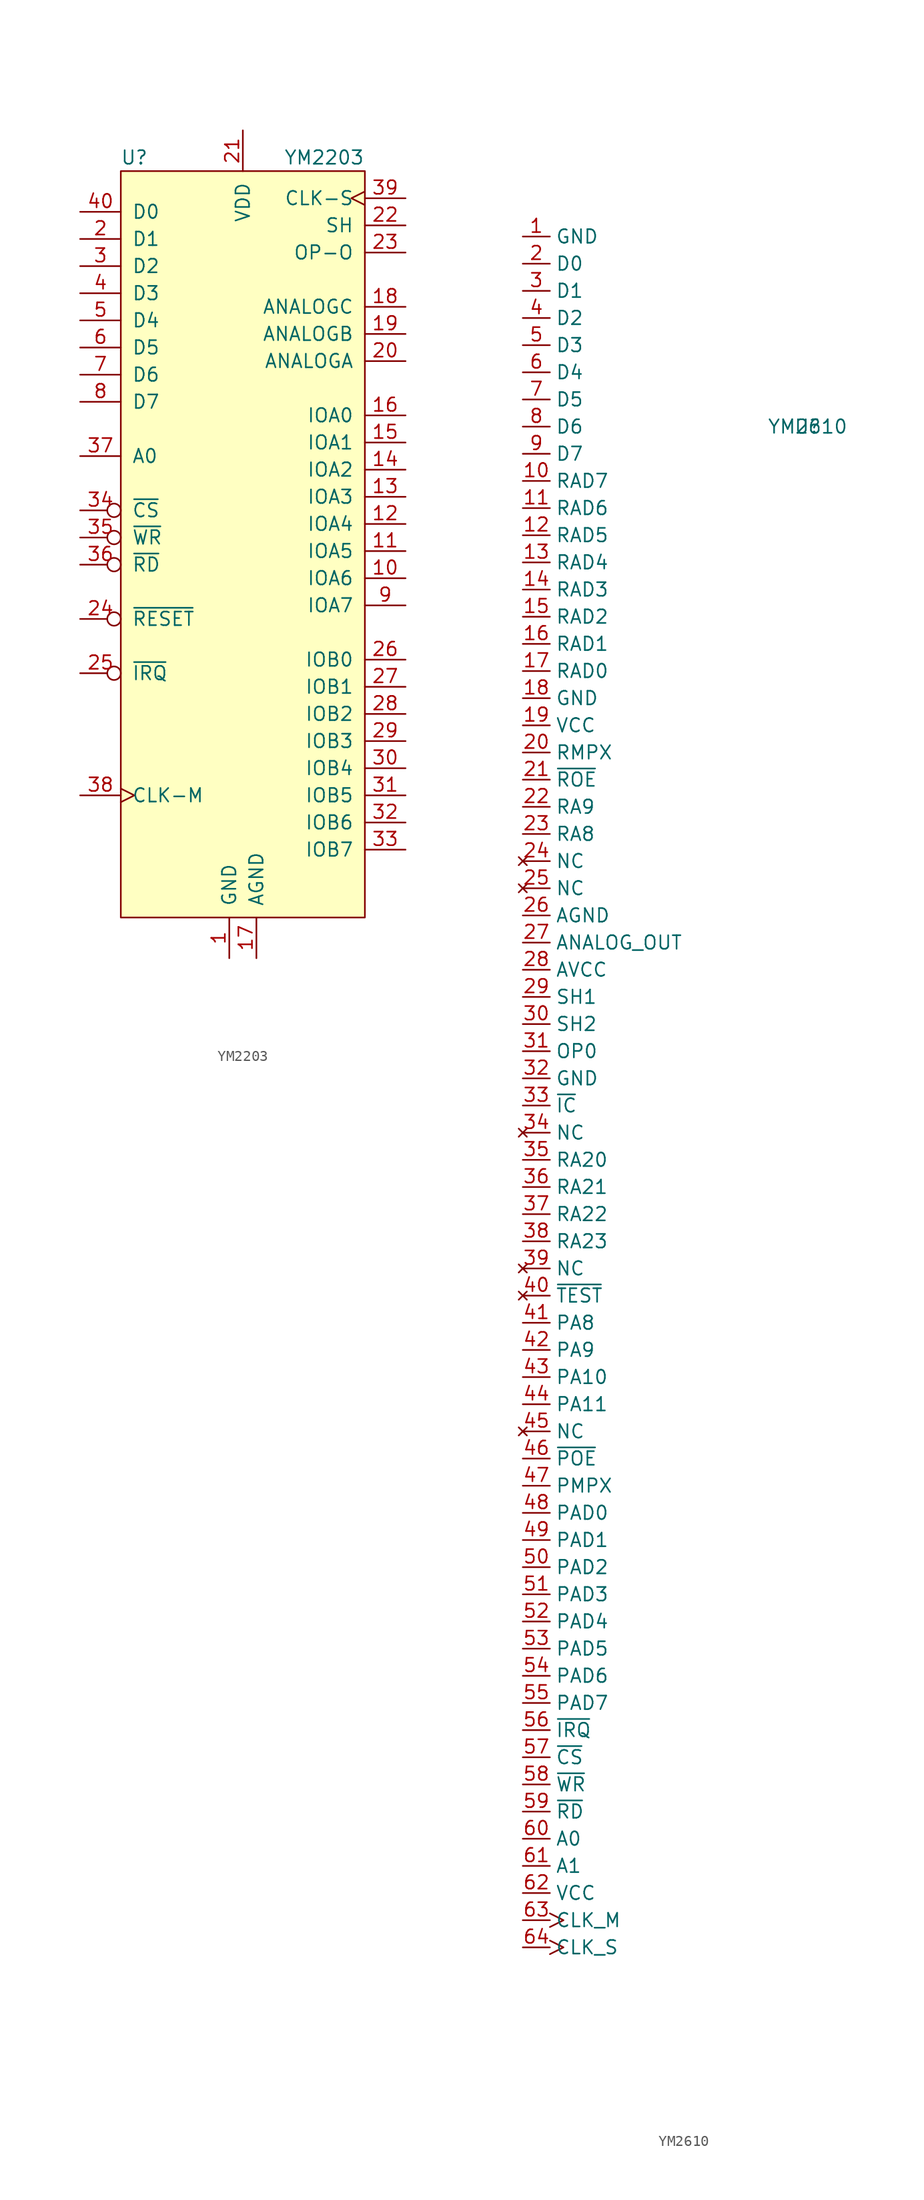
<source format=kicad_sym>
(kicad_symbol_lib
  (version 20220914)
  (generator kicad_symbol_editor)
  (symbol "YM2203"
    (pin_names
      (offset 1.016))
    (property "Reference" "U"
      (at -10.16 31.75 0)
      (effects (font (size 1.27 1.27))))
    (property "Value" "YM2203"
      (at 7.62 31.75 0)
      (effects (font (size 1.27 1.27))))
    (symbol "YM2203_0_1"
      (rectangle (start 11.43 30.48) (end -11.43 -39.37) (stroke (width 0) (type default)) (fill (type background))))
    (symbol "YM2203_1_1"
      (pin power_in line (at -1.27 -43.18 90) (length 3.81) (name "GND" (effects (font (size 1.27 1.27)))) (number "1" (effects (font (size 1.27 1.27)))))
      (pin bidirectional line (at 15.24 -7.62 180) (length 3.81) (name "IOA6" (effects (font (size 1.27 1.27)))) (number "10" (effects (font (size 1.27 1.27)))))
      (pin bidirectional line (at 15.24 -5.08 180) (length 3.81) (name "IOA5" (effects (font (size 1.27 1.27)))) (number "11" (effects (font (size 1.27 1.27)))))
      (pin bidirectional line (at 15.24 -2.54 180) (length 3.81) (name "IOA4" (effects (font (size 1.27 1.27)))) (number "12" (effects (font (size 1.27 1.27)))))
      (pin bidirectional line (at 15.24 0 180) (length 3.81) (name "IOA3" (effects (font (size 1.27 1.27)))) (number "13" (effects (font (size 1.27 1.27)))))
      (pin bidirectional line (at 15.24 2.54 180) (length 3.81) (name "IOA2" (effects (font (size 1.27 1.27)))) (number "14" (effects (font (size 1.27 1.27)))))
      (pin bidirectional line (at 15.24 5.08 180) (length 3.81) (name "IOA1" (effects (font (size 1.27 1.27)))) (number "15" (effects (font (size 1.27 1.27)))))
      (pin bidirectional line (at 15.24 7.62 180) (length 3.81) (name "IOA0" (effects (font (size 1.27 1.27)))) (number "16" (effects (font (size 1.27 1.27)))))
      (pin power_in line (at 1.27 -43.18 90) (length 3.81) (name "AGND" (effects (font (size 1.27 1.27)))) (number "17" (effects (font (size 1.27 1.27)))))
      (pin output line (at 15.24 17.78 180) (length 3.81) (name "ANALOGC" (effects (font (size 1.27 1.27)))) (number "18" (effects (font (size 1.27 1.27)))))
      (pin output line (at 15.24 15.24 180) (length 3.81) (name "ANALOGB" (effects (font (size 1.27 1.27)))) (number "19" (effects (font (size 1.27 1.27)))))
      (pin bidirectional line (at -15.24 24.13 0) (length 3.81) (name "D1" (effects (font (size 1.27 1.27)))) (number "2" (effects (font (size 1.27 1.27)))))
      (pin output line (at 15.24 12.7 180) (length 3.81) (name "ANALOGA" (effects (font (size 1.27 1.27)))) (number "20" (effects (font (size 1.27 1.27)))))
      (pin power_in line (at 0 34.29 270) (length 3.81) (name "VDD" (effects (font (size 1.27 1.27)))) (number "21" (effects (font (size 1.27 1.27)))))
      (pin output line (at 15.24 25.4 180) (length 3.81) (name "SH" (effects (font (size 1.27 1.27)))) (number "22" (effects (font (size 1.27 1.27)))))
      (pin output line (at 15.24 22.86 180) (length 3.81) (name "OP-O" (effects (font (size 1.27 1.27)))) (number "23" (effects (font (size 1.27 1.27)))))
      (pin input inverted (at -15.24 -11.43 0) (length 3.81) (name "~{RESET}" (effects (font (size 1.27 1.27)))) (number "24" (effects (font (size 1.27 1.27)))))
      (pin output inverted (at -15.24 -16.51 0) (length 3.81) (name "~{IRQ}" (effects (font (size 1.27 1.27)))) (number "25" (effects (font (size 1.27 1.27)))))
      (pin bidirectional line (at 15.24 -15.24 180) (length 3.81) (name "IOB0" (effects (font (size 1.27 1.27)))) (number "26" (effects (font (size 1.27 1.27)))))
      (pin bidirectional line (at 15.24 -17.78 180) (length 3.81) (name "IOB1" (effects (font (size 1.27 1.27)))) (number "27" (effects (font (size 1.27 1.27)))))
      (pin bidirectional line (at 15.24 -20.32 180) (length 3.81) (name "IOB2" (effects (font (size 1.27 1.27)))) (number "28" (effects (font (size 1.27 1.27)))))
      (pin bidirectional line (at 15.24 -22.86 180) (length 3.81) (name "IOB3" (effects (font (size 1.27 1.27)))) (number "29" (effects (font (size 1.27 1.27)))))
      (pin bidirectional line (at -15.24 21.59 0) (length 3.81) (name "D2" (effects (font (size 1.27 1.27)))) (number "3" (effects (font (size 1.27 1.27)))))
      (pin bidirectional line (at 15.24 -25.4 180) (length 3.81) (name "IOB4" (effects (font (size 1.27 1.27)))) (number "30" (effects (font (size 1.27 1.27)))))
      (pin bidirectional line (at 15.24 -27.94 180) (length 3.81) (name "IOB5" (effects (font (size 1.27 1.27)))) (number "31" (effects (font (size 1.27 1.27)))))
      (pin bidirectional line (at 15.24 -30.48 180) (length 3.81) (name "IOB6" (effects (font (size 1.27 1.27)))) (number "32" (effects (font (size 1.27 1.27)))))
      (pin bidirectional line (at 15.24 -33.02 180) (length 3.81) (name "IOB7" (effects (font (size 1.27 1.27)))) (number "33" (effects (font (size 1.27 1.27)))))
      (pin input inverted (at -15.24 -1.27 0) (length 3.81) (name "~{CS}" (effects (font (size 1.27 1.27)))) (number "34" (effects (font (size 1.27 1.27)))))
      (pin input inverted (at -15.24 -3.81 0) (length 3.81) (name "~{WR}" (effects (font (size 1.27 1.27)))) (number "35" (effects (font (size 1.27 1.27)))))
      (pin input inverted (at -15.24 -6.35 0) (length 3.81) (name "~{RD}" (effects (font (size 1.27 1.27)))) (number "36" (effects (font (size 1.27 1.27)))))
      (pin input line (at -15.24 3.81 0) (length 3.81) (name "A0" (effects (font (size 1.27 1.27)))) (number "37" (effects (font (size 1.27 1.27)))))
      (pin input clock (at -15.24 -27.94 0) (length 3.81) (name "CLK-M" (effects (font (size 1.27 1.27)))) (number "38" (effects (font (size 1.27 1.27)))))
      (pin output clock (at 15.24 27.94 180) (length 3.81) (name "CLK-S" (effects (font (size 1.27 1.27)))) (number "39" (effects (font (size 1.27 1.27)))))
      (pin bidirectional line (at -15.24 19.05 0) (length 3.81) (name "D3" (effects (font (size 1.27 1.27)))) (number "4" (effects (font (size 1.27 1.27)))))
      (pin bidirectional line (at -15.24 26.67 0) (length 3.81) (name "D0" (effects (font (size 1.27 1.27)))) (number "40" (effects (font (size 1.27 1.27)))))
      (pin bidirectional line (at -15.24 16.51 0) (length 3.81) (name "D4" (effects (font (size 1.27 1.27)))) (number "5" (effects (font (size 1.27 1.27)))))
      (pin bidirectional line (at -15.24 13.97 0) (length 3.81) (name "D5" (effects (font (size 1.27 1.27)))) (number "6" (effects (font (size 1.27 1.27)))))
      (pin bidirectional line (at -15.24 11.43 0) (length 3.81) (name "D6" (effects (font (size 1.27 1.27)))) (number "7" (effects (font (size 1.27 1.27)))))
      (pin bidirectional line (at -15.24 8.89 0) (length 3.81) (name "D7" (effects (font (size 1.27 1.27)))) (number "8" (effects (font (size 1.27 1.27)))))
      (pin bidirectional line (at 15.24 -10.16 180) (length 3.81) (name "IOA7" (effects (font (size 1.27 1.27)))) (number "9" (effects (font (size 1.27 1.27)))))))
  (symbol "YM2610"
    (property "Reference" "U"
      (at 0 0 0)
      (effects (font (size 1.27 1.27))))
    (property "Value" "YM2610"
      (at 0 0 0)
      (effects (font (size 1.27 1.27))))
    (symbol "YM2610_1_1"
      (pin power_in line (at -26.67 17.78 0) (length 2.54) (name "GND" (effects (font (size 1.27 1.27)))) (number "1" (effects (font (size 1.27 1.27)))))
      (pin bidirectional line (at -26.67 -5.08 0) (length 2.54) (name "RAD7" (effects (font (size 1.27 1.27)))) (number "10" (effects (font (size 1.27 1.27)))))
      (pin bidirectional line (at -26.67 -7.62 0) (length 2.54) (name "RAD6" (effects (font (size 1.27 1.27)))) (number "11" (effects (font (size 1.27 1.27)))))
      (pin bidirectional line (at -26.67 -10.16 0) (length 2.54) (name "RAD5" (effects (font (size 1.27 1.27)))) (number "12" (effects (font (size 1.27 1.27)))))
      (pin bidirectional line (at -26.67 -12.7 0) (length 2.54) (name "RAD4" (effects (font (size 1.27 1.27)))) (number "13" (effects (font (size 1.27 1.27)))))
      (pin bidirectional line (at -26.67 -15.24 0) (length 2.54) (name "RAD3" (effects (font (size 1.27 1.27)))) (number "14" (effects (font (size 1.27 1.27)))))
      (pin bidirectional line (at -26.67 -17.78 0) (length 2.54) (name "RAD2" (effects (font (size 1.27 1.27)))) (number "15" (effects (font (size 1.27 1.27)))))
      (pin bidirectional line (at -26.67 -20.32 0) (length 2.54) (name "RAD1" (effects (font (size 1.27 1.27)))) (number "16" (effects (font (size 1.27 1.27)))))
      (pin bidirectional line (at -26.67 -22.86 0) (length 2.54) (name "RAD0" (effects (font (size 1.27 1.27)))) (number "17" (effects (font (size 1.27 1.27)))))
      (pin power_in line (at -26.67 -25.4 0) (length 2.54) (name "GND" (effects (font (size 1.27 1.27)))) (number "18" (effects (font (size 1.27 1.27)))))
      (pin power_in line (at -26.67 -27.94 0) (length 2.54) (name "VCC" (effects (font (size 1.27 1.27)))) (number "19" (effects (font (size 1.27 1.27)))))
      (pin bidirectional line (at -26.67 15.24 0) (length 2.54) (name "D0" (effects (font (size 1.27 1.27)))) (number "2" (effects (font (size 1.27 1.27)))))
      (pin output line (at -26.67 -30.48 0) (length 2.54) (name "RMPX" (effects (font (size 1.27 1.27)))) (number "20" (effects (font (size 1.27 1.27)))))
      (pin output line (at -26.67 -33.02 0) (length 2.54) (name "~{ROE}" (effects (font (size 1.27 1.27)))) (number "21" (effects (font (size 1.27 1.27)))))
      (pin output line (at -26.67 -35.56 0) (length 2.54) (name "RA9" (effects (font (size 1.27 1.27)))) (number "22" (effects (font (size 1.27 1.27)))))
      (pin output line (at -26.67 -38.1 0) (length 2.54) (name "RA8" (effects (font (size 1.27 1.27)))) (number "23" (effects (font (size 1.27 1.27)))))
      (pin no_connect line (at -26.67 -40.64 0) (length 2.54) (name "NC" (effects (font (size 1.27 1.27)))) (number "24" (effects (font (size 1.27 1.27)))))
      (pin no_connect line (at -26.67 -43.18 0) (length 2.54) (name "NC" (effects (font (size 1.27 1.27)))) (number "25" (effects (font (size 1.27 1.27)))))
      (pin power_in line (at -26.67 -45.72 0) (length 2.54) (name "AGND" (effects (font (size 1.27 1.27)))) (number "26" (effects (font (size 1.27 1.27)))))
      (pin output line (at -26.67 -48.26 0) (length 2.54) (name "ANALOG_OUT" (effects (font (size 1.27 1.27)))) (number "27" (effects (font (size 1.27 1.27)))))
      (pin power_in line (at -26.67 -50.8 0) (length 2.54) (name "AVCC" (effects (font (size 1.27 1.27)))) (number "28" (effects (font (size 1.27 1.27)))))
      (pin output line (at -26.67 -53.34 0) (length 2.54) (name "SH1" (effects (font (size 1.27 1.27)))) (number "29" (effects (font (size 1.27 1.27)))))
      (pin bidirectional line (at -26.67 12.7 0) (length 2.54) (name "D1" (effects (font (size 1.27 1.27)))) (number "3" (effects (font (size 1.27 1.27)))))
      (pin output line (at -26.67 -55.88 0) (length 2.54) (name "SH2" (effects (font (size 1.27 1.27)))) (number "30" (effects (font (size 1.27 1.27)))))
      (pin output line (at -26.67 -58.42 0) (length 2.54) (name "OP0" (effects (font (size 1.27 1.27)))) (number "31" (effects (font (size 1.27 1.27)))))
      (pin power_in line (at -26.67 -60.96 0) (length 2.54) (name "GND" (effects (font (size 1.27 1.27)))) (number "32" (effects (font (size 1.27 1.27)))))
      (pin input line (at -26.67 -63.5 0) (length 2.54) (name "~{IC}" (effects (font (size 1.27 1.27)))) (number "33" (effects (font (size 1.27 1.27)))))
      (pin no_connect line (at -26.67 -66.04 0) (length 2.54) (name "NC" (effects (font (size 1.27 1.27)))) (number "34" (effects (font (size 1.27 1.27)))))
      (pin output line (at -26.67 -68.58 0) (length 2.54) (name "RA20" (effects (font (size 1.27 1.27)))) (number "35" (effects (font (size 1.27 1.27)))))
      (pin output line (at -26.67 -71.12 0) (length 2.54) (name "RA21" (effects (font (size 1.27 1.27)))) (number "36" (effects (font (size 1.27 1.27)))))
      (pin output line (at -26.67 -73.66 0) (length 2.54) (name "RA22" (effects (font (size 1.27 1.27)))) (number "37" (effects (font (size 1.27 1.27)))))
      (pin output line (at -26.67 -76.2 0) (length 2.54) (name "RA23" (effects (font (size 1.27 1.27)))) (number "38" (effects (font (size 1.27 1.27)))))
      (pin no_connect line (at -26.67 -78.74 0) (length 2.54) (name "NC" (effects (font (size 1.27 1.27)))) (number "39" (effects (font (size 1.27 1.27)))))
      (pin bidirectional line (at -26.67 10.16 0) (length 2.54) (name "D2" (effects (font (size 1.27 1.27)))) (number "4" (effects (font (size 1.27 1.27)))))
      (pin no_connect line (at -26.67 -81.28 0) (length 2.54) (name "~{TEST}" (effects (font (size 1.27 1.27)))) (number "40" (effects (font (size 1.27 1.27)))))
      (pin output line (at -26.67 -83.82 0) (length 2.54) (name "PA8" (effects (font (size 1.27 1.27)))) (number "41" (effects (font (size 1.27 1.27)))))
      (pin output line (at -26.67 -86.36 0) (length 2.54) (name "PA9" (effects (font (size 1.27 1.27)))) (number "42" (effects (font (size 1.27 1.27)))))
      (pin output line (at -26.67 -88.9 0) (length 2.54) (name "PA10" (effects (font (size 1.27 1.27)))) (number "43" (effects (font (size 1.27 1.27)))))
      (pin output line (at -26.67 -91.44 0) (length 2.54) (name "PA11" (effects (font (size 1.27 1.27)))) (number "44" (effects (font (size 1.27 1.27)))))
      (pin no_connect line (at -26.67 -93.98 0) (length 2.54) (name "NC" (effects (font (size 1.27 1.27)))) (number "45" (effects (font (size 1.27 1.27)))))
      (pin output line (at -26.67 -96.52 0) (length 2.54) (name "~{POE}" (effects (font (size 1.27 1.27)))) (number "46" (effects (font (size 1.27 1.27)))))
      (pin output line (at -26.67 -99.06 0) (length 2.54) (name "PMPX" (effects (font (size 1.27 1.27)))) (number "47" (effects (font (size 1.27 1.27)))))
      (pin bidirectional line (at -26.67 -101.6 0) (length 2.54) (name "PAD0" (effects (font (size 1.27 1.27)))) (number "48" (effects (font (size 1.27 1.27)))))
      (pin bidirectional line (at -26.67 -104.14 0) (length 2.54) (name "PAD1" (effects (font (size 1.27 1.27)))) (number "49" (effects (font (size 1.27 1.27)))))
      (pin bidirectional line (at -26.67 7.62 0) (length 2.54) (name "D3" (effects (font (size 1.27 1.27)))) (number "5" (effects (font (size 1.27 1.27)))))
      (pin bidirectional line (at -26.67 -106.68 0) (length 2.54) (name "PAD2" (effects (font (size 1.27 1.27)))) (number "50" (effects (font (size 1.27 1.27)))))
      (pin bidirectional line (at -26.67 -109.22 0) (length 2.54) (name "PAD3" (effects (font (size 1.27 1.27)))) (number "51" (effects (font (size 1.27 1.27)))))
      (pin bidirectional line (at -26.67 -111.76 0) (length 2.54) (name "PAD4" (effects (font (size 1.27 1.27)))) (number "52" (effects (font (size 1.27 1.27)))))
      (pin bidirectional line (at -26.67 -114.3 0) (length 2.54) (name "PAD5" (effects (font (size 1.27 1.27)))) (number "53" (effects (font (size 1.27 1.27)))))
      (pin bidirectional line (at -26.67 -116.84 0) (length 2.54) (name "PAD6" (effects (font (size 1.27 1.27)))) (number "54" (effects (font (size 1.27 1.27)))))
      (pin bidirectional line (at -26.67 -119.38 0) (length 2.54) (name "PAD7" (effects (font (size 1.27 1.27)))) (number "55" (effects (font (size 1.27 1.27)))))
      (pin open_collector line (at -26.67 -121.92 0) (length 2.54) (name "~{IRQ}" (effects (font (size 1.27 1.27)))) (number "56" (effects (font (size 1.27 1.27)))))
      (pin input line (at -26.67 -124.46 0) (length 2.54) (name "~{CS}" (effects (font (size 1.27 1.27)))) (number "57" (effects (font (size 1.27 1.27)))))
      (pin input line (at -26.67 -127 0) (length 2.54) (name "~{WR}" (effects (font (size 1.27 1.27)))) (number "58" (effects (font (size 1.27 1.27)))))
      (pin input line (at -26.67 -129.54 0) (length 2.54) (name "~{RD}" (effects (font (size 1.27 1.27)))) (number "59" (effects (font (size 1.27 1.27)))))
      (pin bidirectional line (at -26.67 5.08 0) (length 2.54) (name "D4" (effects (font (size 1.27 1.27)))) (number "6" (effects (font (size 1.27 1.27)))))
      (pin input line (at -26.67 -132.08 0) (length 2.54) (name "A0" (effects (font (size 1.27 1.27)))) (number "60" (effects (font (size 1.27 1.27)))))
      (pin input line (at -26.67 -134.62 0) (length 2.54) (name "A1" (effects (font (size 1.27 1.27)))) (number "61" (effects (font (size 1.27 1.27)))))
      (pin power_in line (at -26.67 -137.16 0) (length 2.54) (name "VCC" (effects (font (size 1.27 1.27)))) (number "62" (effects (font (size 1.27 1.27)))))
      (pin input clock (at -26.67 -139.7 0) (length 2.54) (name "CLK_M" (effects (font (size 1.27 1.27)))) (number "63" (effects (font (size 1.27 1.27)))))
      (pin output clock (at -26.67 -142.24 0) (length 2.54) (name "CLK_S" (effects (font (size 1.27 1.27)))) (number "64" (effects (font (size 1.27 1.27)))))
      (pin bidirectional line (at -26.67 2.54 0) (length 2.54) (name "D5" (effects (font (size 1.27 1.27)))) (number "7" (effects (font (size 1.27 1.27)))))
      (pin bidirectional line (at -26.67 0 0) (length 2.54) (name "D6" (effects (font (size 1.27 1.27)))) (number "8" (effects (font (size 1.27 1.27)))))
      (pin bidirectional line (at -26.67 -2.54 0) (length 2.54) (name "D7" (effects (font (size 1.27 1.27)))) (number "9" (effects (font (size 1.27 1.27))))))))
</source>
